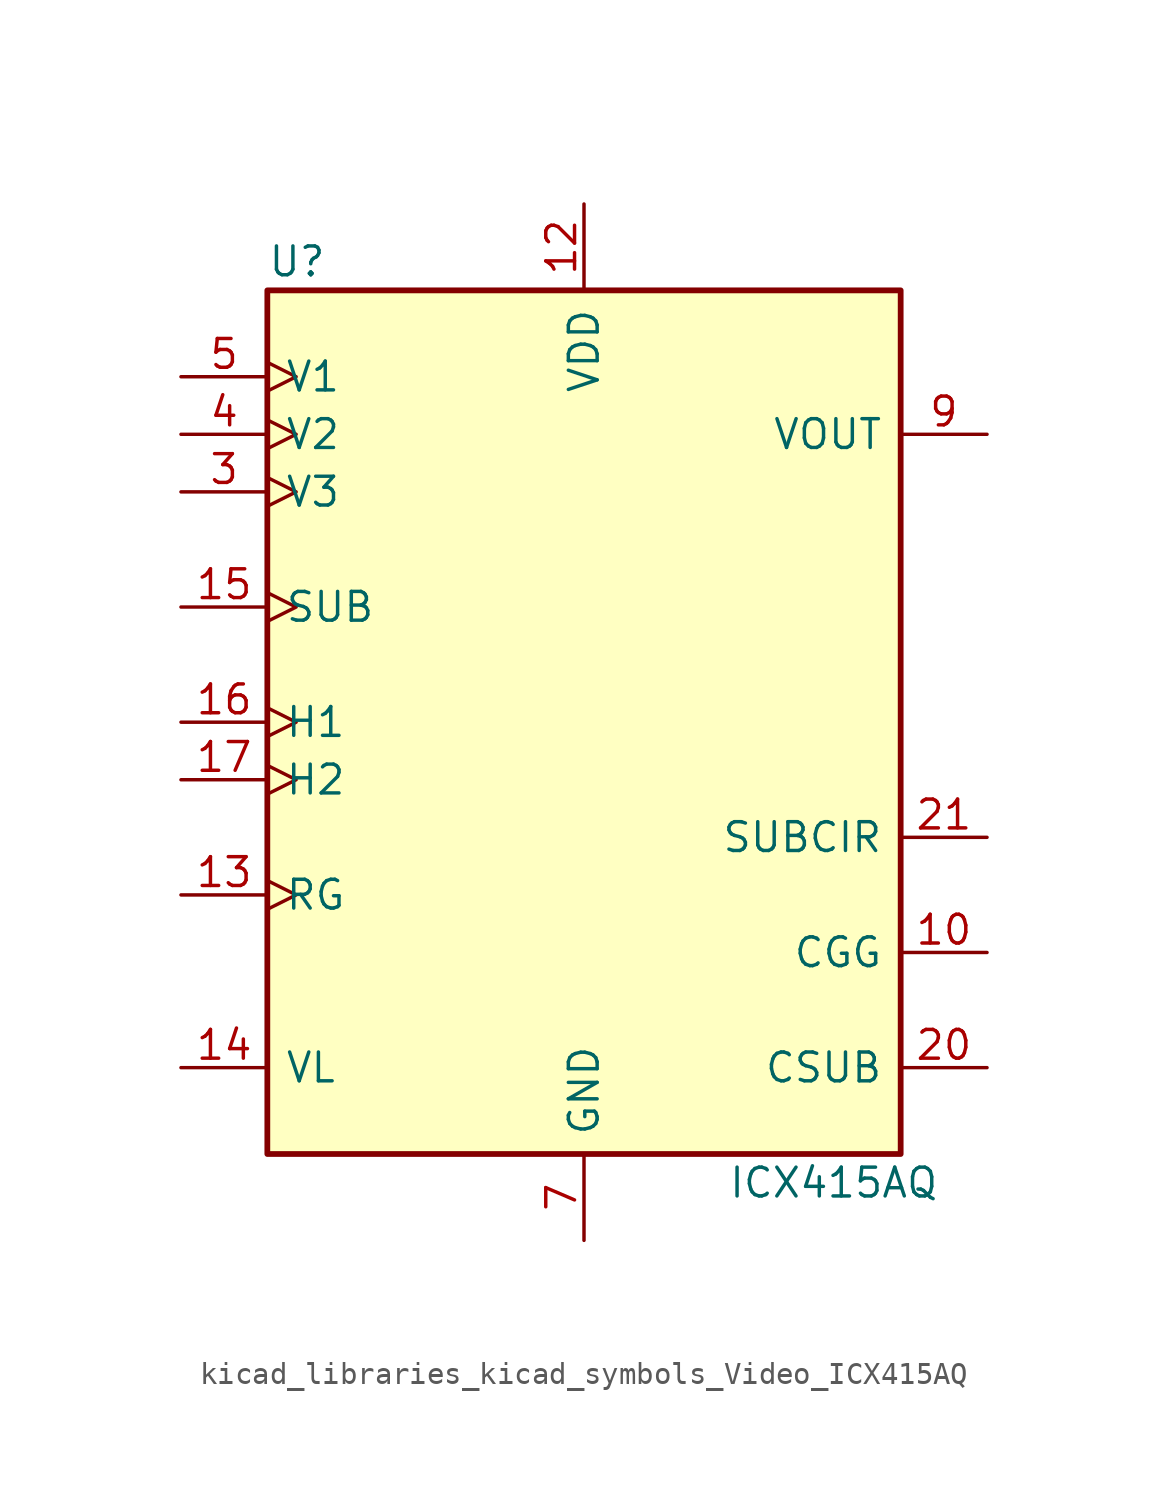
<source format=kicad_sym>
(kicad_symbol_lib
  (version 20220914)
  (generator kicad_symbol_editor)
  (symbol "kicad_libraries_kicad_symbols_Video_ICX415AQ"
    (pin_names
      (offset 0.762))
    (property "Reference" "U"
      (at -13.97 20.32 0)
      (effects (font (size 1.27 1.27)) (justify left)))
    (property "Value" "ICX415AQ"
      (at 6.35 -20.32 0)
      (effects (font (size 1.27 1.27)) (justify left)))
    (symbol "kicad_libraries_kicad_symbols_Video_ICX415AQ_0_1"
      (rectangle (start -13.97 19.05) (end 13.97 -19.05) (stroke (width 0.254) (type default)) (fill (type background))))
    (symbol "kicad_libraries_kicad_symbols_Video_ICX415AQ_1_1"
      (pin input line (at 17.78 -10.16 180) (length 3.81) (name "CGG" (effects (font (size 1.27 1.27)))) (number "10" (effects (font (size 1.27 1.27)))))
      (pin power_in line (at 0 22.86 270) (length 3.81) (name "VDD" (effects (font (size 1.27 1.27)))) (number "12" (effects (font (size 1.27 1.27)))))
      (pin input clock (at -17.78 -7.62 0) (length 3.81) (name "RG" (effects (font (size 1.27 1.27)))) (number "13" (effects (font (size 1.27 1.27)))))
      (pin power_in line (at -17.78 -15.24 0) (length 3.81) (name "VL" (effects (font (size 1.27 1.27)))) (number "14" (effects (font (size 1.27 1.27)))))
      (pin input clock (at -17.78 5.08 0) (length 3.81) (name "SUB" (effects (font (size 1.27 1.27)))) (number "15" (effects (font (size 1.27 1.27)))))
      (pin input clock (at -17.78 0 0) (length 3.81) (name "H1" (effects (font (size 1.27 1.27)))) (number "16" (effects (font (size 1.27 1.27)))))
      (pin input clock (at -17.78 -2.54 0) (length 3.81) (name "H2" (effects (font (size 1.27 1.27)))) (number "17" (effects (font (size 1.27 1.27)))))
      (pin input line (at 17.78 -15.24 180) (length 3.81) (name "CSUB" (effects (font (size 1.27 1.27)))) (number "20" (effects (font (size 1.27 1.27)))))
      (pin power_in line (at 17.78 -5.08 180) (length 3.81) (name "SUBCIR" (effects (font (size 1.27 1.27)))) (number "21" (effects (font (size 1.27 1.27)))))
      (pin input clock (at -17.78 10.16 0) (length 3.81) (name "V3" (effects (font (size 1.27 1.27)))) (number "3" (effects (font (size 1.27 1.27)))))
      (pin input clock (at -17.78 12.7 0) (length 3.81) (name "V2" (effects (font (size 1.27 1.27)))) (number "4" (effects (font (size 1.27 1.27)))))
      (pin input clock (at -17.78 15.24 0) (length 3.81) (name "V1" (effects (font (size 1.27 1.27)))) (number "5" (effects (font (size 1.27 1.27)))))
      (pin power_in line (at 0 -22.86 90) (length 3.81) (name "GND" (effects (font (size 1.27 1.27)))) (number "7" (effects (font (size 1.27 1.27)))))
      (pin output line (at 17.78 12.7 180) (length 3.81) (name "VOUT" (effects (font (size 1.27 1.27)))) (number "9" (effects (font (size 1.27 1.27))))))))
</source>
